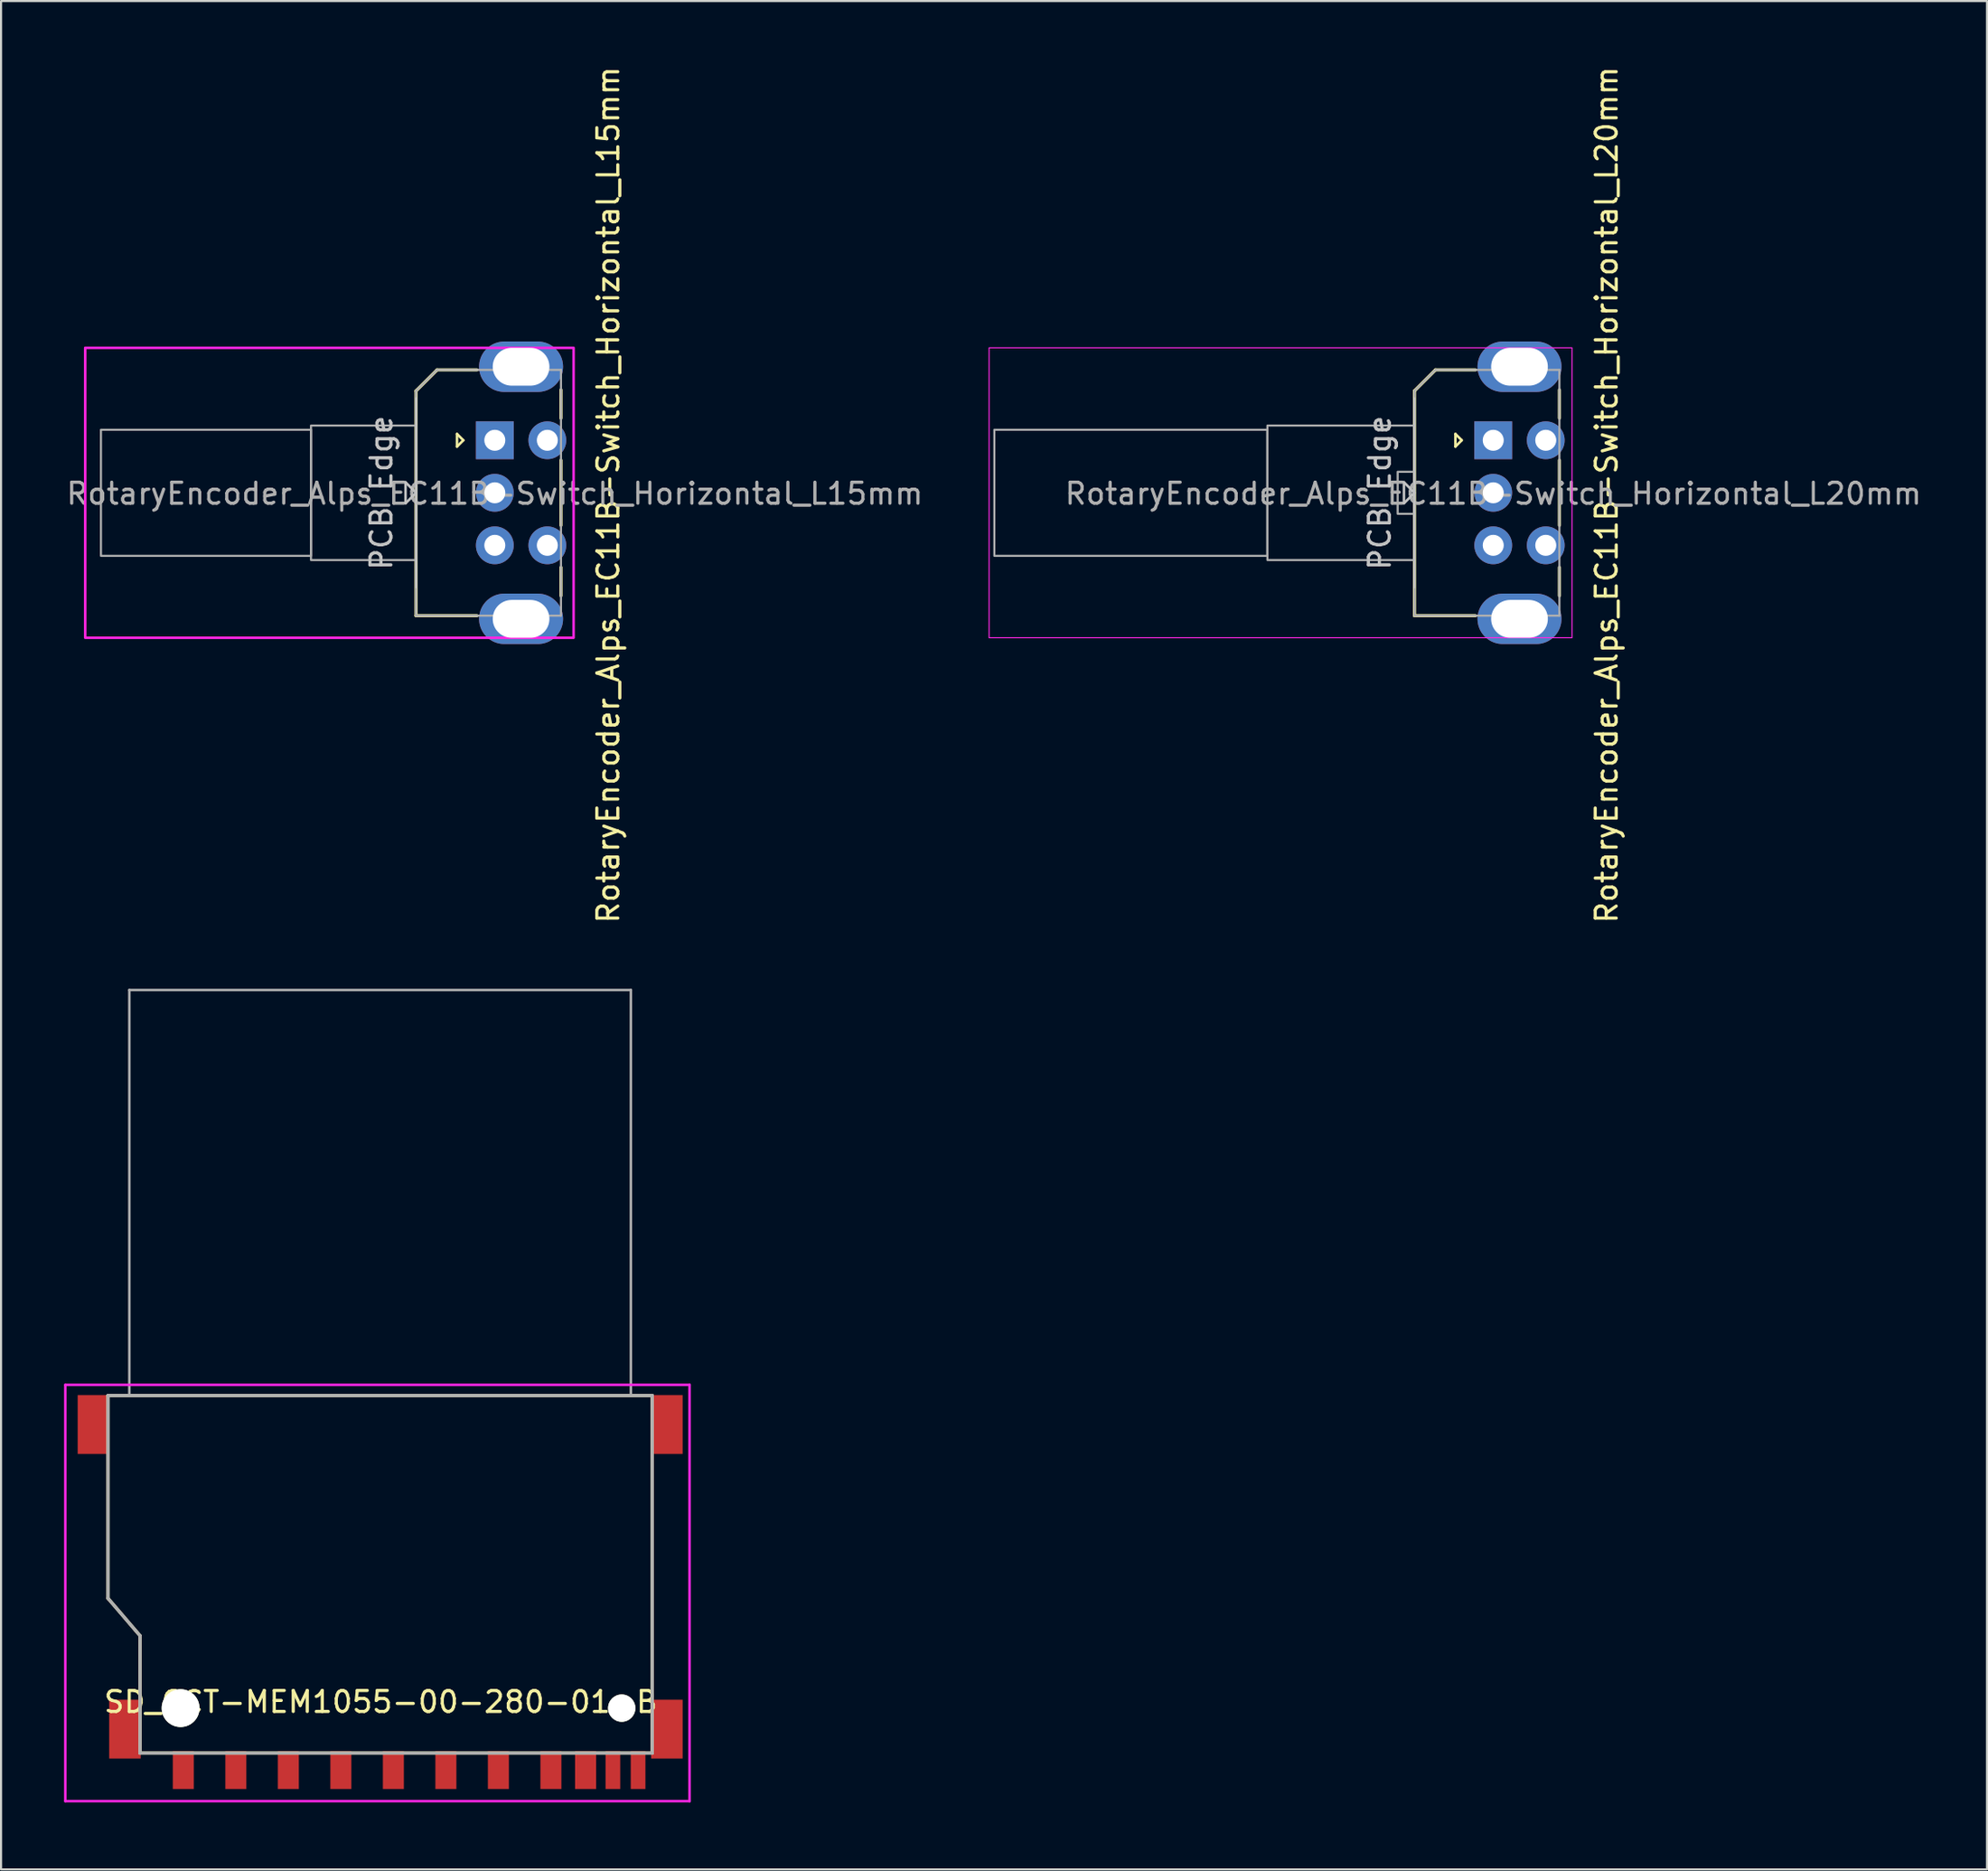
<source format=kicad_pcb>
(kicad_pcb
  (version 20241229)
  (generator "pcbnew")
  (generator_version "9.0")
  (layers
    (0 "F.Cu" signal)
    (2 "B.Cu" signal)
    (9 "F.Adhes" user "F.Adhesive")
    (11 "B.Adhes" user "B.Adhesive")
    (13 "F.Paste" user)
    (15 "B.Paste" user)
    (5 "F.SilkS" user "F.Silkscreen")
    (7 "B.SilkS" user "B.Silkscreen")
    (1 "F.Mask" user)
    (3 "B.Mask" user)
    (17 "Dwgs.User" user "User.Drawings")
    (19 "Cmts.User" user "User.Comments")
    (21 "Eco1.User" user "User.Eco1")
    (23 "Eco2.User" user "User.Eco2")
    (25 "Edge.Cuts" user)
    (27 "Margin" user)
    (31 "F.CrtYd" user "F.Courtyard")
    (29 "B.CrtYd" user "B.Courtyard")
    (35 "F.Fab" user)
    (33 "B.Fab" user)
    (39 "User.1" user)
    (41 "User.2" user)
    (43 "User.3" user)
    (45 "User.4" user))
  (footprint "SD_GCT-MEM1055-00-280-01-B"
    (layer "F.Cu")
    (at 15.046 82.68)
    (property "Reference" "SD_GCT-MEM1055-00-280-01-B" (at 0.031 -4.723 180) (layer "F.SilkS") (effects (font (size 1 1) (thickness 0.15))))
    (attr smd)
    (fp_line (start -12.954 -19.304) (end -12.954 -9.652) (stroke (width 0.15) (type solid)) (layer "F.SilkS"))
    (fp_line (start -12.954 -9.652) (end -11.43 -7.874) (stroke (width 0.15) (type solid)) (layer "F.SilkS"))
    (fp_line (start -11.43 -7.874) (end -11.43 -2.286) (stroke (width 0.15) (type solid)) (layer "F.SilkS"))
    (fp_line (start -11.43 -2.286) (end 12.954 -2.286) (stroke (width 0.15) (type solid)) (layer "F.SilkS"))
    (fp_line (start 12.954 -19.304) (end -12.954 -19.304) (stroke (width 0.15) (type solid)) (layer "F.SilkS"))
    (fp_line (start 12.954 -2.286) (end 12.954 -19.304) (stroke (width 0.15) (type solid)) (layer "F.SilkS"))
    (fp_line (start -14.986 -19.812) (end 14.732 -19.812) (stroke (width 0.12) (type solid)) (layer "F.CrtYd"))
    (fp_line (start -14.986 0) (end -14.986 -19.812) (stroke (width 0.12) (type solid)) (layer "F.CrtYd"))
    (fp_line (start 14.732 -19.812) (end 14.732 0) (stroke (width 0.12) (type solid)) (layer "F.CrtYd"))
    (fp_line (start 14.732 0) (end -14.986 0) (stroke (width 0.12) (type solid)) (layer "F.CrtYd"))
    (fp_line (start -12.954 -19.304) (end 12.954 -19.304) (stroke (width 0.15) (type solid)) (layer "F.Fab"))
    (fp_line (start -12.954 -9.652) (end -12.954 -19.304) (stroke (width 0.15) (type solid)) (layer "F.Fab"))
    (fp_line (start -11.938 -38.608) (end -11.938 -19.304) (stroke (width 0.12) (type solid)) (layer "F.Fab"))
    (fp_line (start -11.43 -7.874) (end -12.954 -9.652) (stroke (width 0.15) (type solid)) (layer "F.Fab"))
    (fp_line (start -11.43 -2.286) (end -11.43 -7.874) (stroke (width 0.15) (type solid)) (layer "F.Fab"))
    (fp_line (start 11.938 -38.608) (end -11.938 -38.608) (stroke (width 0.12) (type solid)) (layer "F.Fab"))
    (fp_line (start 11.938 -19.304) (end 11.938 -38.608) (stroke (width 0.12) (type solid)) (layer "F.Fab"))
    (fp_line (start 12.954 -19.304) (end 12.954 -2.286) (stroke (width 0.15) (type solid)) (layer "F.Fab"))
    (fp_line (start 12.954 -2.286) (end -11.43 -2.286) (stroke (width 0.15) (type solid)) (layer "F.Fab"))
    (pad "" np_thru_hole circle (at -9.499 -4.426 180) (size 1.8 1.8) (drill 1.8) (layers "*.Cu" "*.Mask" "F.SilkS"))
    (pad "" np_thru_hole circle (at 11.501 -4.426 180) (size 1.3 1.3) (drill 1.3) (layers "*.Cu" "*.Mask" "F.SilkS"))
    (pad "1" smd rect (at -6.869 -1.476 270) (size 1.8 1) (layers "F.Cu" "F.Mask" "F.Paste"))
    (pad "2" smd rect (at -4.369 -1.476 270) (size 1.8 1) (layers "F.Cu" "F.Mask" "F.Paste"))
    (pad "3" smd rect (at -1.869 -1.476 270) (size 1.8 1) (layers "F.Cu" "F.Mask" "F.Paste"))
    (pad "4" smd rect (at 0.631 -1.476 270) (size 1.8 1) (layers "F.Cu" "F.Mask" "F.Paste"))
    (pad "5" smd rect (at 3.131 -1.476 270) (size 1.8 1) (layers "F.Cu" "F.Mask" "F.Paste"))
    (pad "6" smd rect (at 5.631 -1.476 270) (size 1.8 1) (layers "F.Cu" "F.Mask" "F.Paste"))
    (pad "7" smd rect (at 8.131 -1.476 270) (size 1.8 1) (layers "F.Cu" "F.Mask" "F.Paste"))
    (pad "8" smd rect (at 9.781 -1.476 270) (size 1.8 1) (layers "F.Cu" "F.Mask" "F.Paste"))
    (pad "9" smd rect (at -9.369 -1.476 270) (size 1.8 1) (layers "F.Cu" "F.Mask" "F.Paste"))
    (pad "10" smd rect (at 11.081 -1.476 270) (size 1.8 0.7) (layers "F.Cu" "F.Mask" "F.Paste"))
    (pad "11" smd rect (at 12.281 -1.476 270) (size 1.8 0.7) (layers "F.Cu" "F.Mask" "F.Paste"))
    (pad "12" smd rect (at -13.649 -17.926 270) (size 2.8 1.5) (layers "F.Cu" "F.Mask" "F.Paste"))
    (pad "12" smd rect (at -12.149 -3.426 270) (size 2.8 1.5) (layers "F.Cu" "F.Mask" "F.Paste"))
    (pad "13" smd rect (at 13.651 -17.926 270) (size 2.8 1.5) (layers "F.Cu" "F.Mask" "F.Paste"))
    (pad "13" smd rect (at 13.651 -3.426 270) (size 2.8 1.5) (layers "F.Cu" "F.Mask" "F.Paste")))
  (footprint "RotaryEncoder_Alps_EC11B-Switch_Horizontal_L15mm"
    (layer "F.Cu")
    (at 20.506 17.906)
    (property "Reference" "RotaryEncoder_Alps_EC11B-Switch_Horizontal_L15mm" (at 5.4 2.6 90) (layer "F.SilkS") (effects (font (size 1 1) (thickness 0.15))))
    (attr through_hole)
    (fp_line (start -3.75 -2.35) (end -3.75 8.35) (stroke (width 0.15) (type default)) (layer "F.SilkS"))
    (fp_line (start -3.75 8.35) (end -0.85 8.35) (stroke (width 0.15) (type default)) (layer "F.SilkS"))
    (fp_line (start -2.75 -3.35) (end -3.75 -2.35) (stroke (width 0.15) (type default)) (layer "F.SilkS"))
    (fp_line (start -2.75 -3.35) (end -0.85 -3.35) (stroke (width 0.15) (type default)) (layer "F.SilkS"))
    (fp_line (start -1.8 -0.3) (end -1.5 0) (stroke (width 0.12) (type solid)) (layer "F.SilkS"))
    (fp_line (start -1.8 0.3) (end -1.8 -0.3) (stroke (width 0.12) (type solid)) (layer "F.SilkS"))
    (fp_line (start -1.5 0) (end -1.8 0.3) (stroke (width 0.12) (type solid)) (layer "F.SilkS"))
    (fp_line (start 3.15 -2.4) (end 3.15 -1.05) (stroke (width 0.15) (type default)) (layer "F.SilkS"))
    (fp_line (start 3.15 0.95) (end 3.15 4.05) (stroke (width 0.15) (type default)) (layer "F.SilkS"))
    (fp_line (start 3.15 6.05) (end 3.15 7.4) (stroke (width 0.15) (type default)) (layer "F.SilkS"))
    (fp_line (start -4.25 2) (end -4.25 3) (stroke (width 0.12) (type solid)) (layer "Dwgs.User"))
    (fp_line (start -4.25 2) (end -3.75 2.5) (stroke (width 0.12) (type solid)) (layer "Dwgs.User"))
    (fp_line (start -3.75 2.5) (end -4.25 3) (stroke (width 0.12) (type solid)) (layer "Dwgs.User"))
    (fp_line (start -3.75 7) (end -3.75 -2) (stroke (width 0.1) (type solid)) (layer "Dwgs.User"))
    (fp_rect (start -19.5 -4.4) (end 3.75 9.4) (stroke (width 0.12) (type default)) (fill no) (layer "F.CrtYd"))
    (fp_line (start -3.75 -2.35) (end -3.75 8.35) (stroke (width 0.1) (type solid)) (layer "F.Fab"))
    (fp_line (start -3.75 -2.35) (end -2.75 -3.35) (stroke (width 0.1) (type solid)) (layer "F.Fab"))
    (fp_line (start -3.75 8.35) (end 3.15 8.35) (stroke (width 0.1) (type solid)) (layer "F.Fab"))
    (fp_line (start -2.75 -3.35) (end 3.15 -3.35) (stroke (width 0.1) (type solid)) (layer "F.Fab"))
    (fp_line (start 3.15 -3.35) (end 3.15 8.35) (stroke (width 0.1) (type solid)) (layer "F.Fab"))
    (fp_rect (start -18.75 -0.5) (end -8.75 5.5) (stroke (width 0.1) (type default)) (fill no) (layer "F.Fab"))
    (fp_rect (start -8.75 -0.7) (end -3.75 5.7) (stroke (width 0.1) (type default)) (fill no) (layer "F.Fab"))
    (fp_text user "PCB Edge" (at -5.4 2.5 90) (layer "Dwgs.User") (effects (font (size 1 1) (thickness 0.15))))
    (fp_text user "${REFERENCE}" (at 0 2.54 0) (layer "F.Fab") (effects (font (size 1 1) (thickness 0.15))))
    (pad "A" thru_hole rect (at 0 0) (size 1.8 1.8) (drill 1) (layers "*.Cu" "*.Mask"))
    (pad "B" thru_hole circle (at 0 5) (size 1.8 1.8) (drill 1) (layers "*.Cu" "*.Mask"))
    (pad "C" thru_hole circle (at 0 2.5) (size 1.8 1.8) (drill 1) (layers "*.Cu" "*.Mask"))
    (pad "MP" thru_hole oval (at 1.25 -3.5) (size 4 2.4) (drill oval 2.7 1.8) (layers "*.Cu" "*.Mask"))
    (pad "MP" thru_hole oval (at 1.25 8.5) (size 4 2.4) (drill oval 2.7 1.8) (layers "*.Cu" "*.Mask"))
    (pad "S1" thru_hole circle (at 2.5 5) (size 1.8 1.8) (drill 1) (layers "*.Cu" "*.Mask"))
    (pad "S2" thru_hole circle (at 2.5 0) (size 1.8 1.8) (drill 1) (layers "*.Cu" "*.Mask")))
  (footprint "RotaryEncoder_Alps_EC11B-Switch_Horizontal_L20mm"
    (layer "F.Cu")
    (at 68.037 17.906)
    (property "Reference" "RotaryEncoder_Alps_EC11B-Switch_Horizontal_L20mm" (at 5.4 2.6 90) (layer "F.SilkS") (effects (font (size 1 1) (thickness 0.15))))
    (attr through_hole)
    (fp_line (start -3.75 -2.35) (end -3.75 8.35) (stroke (width 0.15) (type default)) (layer "F.SilkS"))
    (fp_line (start -3.75 8.35) (end -0.85 8.35) (stroke (width 0.15) (type default)) (layer "F.SilkS"))
    (fp_line (start -2.75 -3.35) (end -3.75 -2.35) (stroke (width 0.15) (type default)) (layer "F.SilkS"))
    (fp_line (start -2.75 -3.35) (end -0.85 -3.35) (stroke (width 0.15) (type default)) (layer "F.SilkS"))
    (fp_line (start -1.8 -0.3) (end -1.5 0) (stroke (width 0.12) (type solid)) (layer "F.SilkS"))
    (fp_line (start -1.8 0.3) (end -1.8 -0.3) (stroke (width 0.12) (type solid)) (layer "F.SilkS"))
    (fp_line (start -1.5 0) (end -1.8 0.3) (stroke (width 0.12) (type solid)) (layer "F.SilkS"))
    (fp_line (start 3.15 -2.4) (end 3.15 -1.05) (stroke (width 0.15) (type default)) (layer "F.SilkS"))
    (fp_line (start 3.15 0.95) (end 3.15 4.05) (stroke (width 0.15) (type default)) (layer "F.SilkS"))
    (fp_line (start 3.15 6.05) (end 3.15 7.4) (stroke (width 0.15) (type default)) (layer "F.SilkS"))
    (fp_line (start -4.25 2) (end -4.25 3) (stroke (width 0.12) (type solid)) (layer "Dwgs.User"))
    (fp_line (start -4.25 2) (end -3.75 2.5) (stroke (width 0.12) (type solid)) (layer "Dwgs.User"))
    (fp_line (start -3.75 2.5) (end -4.25 3) (stroke (width 0.12) (type solid)) (layer "Dwgs.User"))
    (fp_line (start -3.75 7) (end -3.75 -2) (stroke (width 0.1) (type solid)) (layer "Dwgs.User"))
    (fp_rect (start -24 -4.4) (end 3.75 9.4) (stroke (width 0.05) (type default)) (fill no) (layer "F.CrtYd"))
    (fp_line (start -3.75 -2.35) (end -3.75 8.35) (stroke (width 0.1) (type solid)) (layer "F.Fab"))
    (fp_line (start -3.75 -2.35) (end -2.75 -3.35) (stroke (width 0.1) (type solid)) (layer "F.Fab"))
    (fp_line (start -3.75 8.35) (end 3.15 8.35) (stroke (width 0.1) (type solid)) (layer "F.Fab"))
    (fp_line (start -2.75 -3.35) (end 3.15 -3.35) (stroke (width 0.1) (type solid)) (layer "F.Fab"))
    (fp_line (start 3.15 -3.35) (end 3.15 8.35) (stroke (width 0.1) (type solid)) (layer "F.Fab"))
    (fp_rect (start -23.75 -0.5) (end -10.75 5.5) (stroke (width 0.1) (type default)) (fill no) (layer "F.Fab"))
    (fp_rect (start -10.75 -0.7) (end -3.75 5.7) (stroke (width 0.1) (type default)) (fill no) (layer "F.Fab"))
    (fp_rect (start -4.55 1.5) (end -3.75 3.5) (stroke (width 0.1) (type default)) (fill no) (layer "F.Fab"))
    (fp_text user "PCB Edge" (at -5.4 2.5 90) (layer "Dwgs.User") (effects (font (size 1 1) (thickness 0.15))))
    (fp_text user "${REFERENCE}" (at 0 2.54 0) (layer "F.Fab") (effects (font (size 1 1) (thickness 0.15))))
    (pad "A" thru_hole rect (at 0 0) (size 1.8 1.8) (drill 1) (layers "*.Cu" "*.Mask"))
    (pad "B" thru_hole circle (at 0 5) (size 1.8 1.8) (drill 1) (layers "*.Cu" "*.Mask"))
    (pad "C" thru_hole circle (at 0 2.5) (size 1.8 1.8) (drill 1) (layers "*.Cu" "*.Mask"))
    (pad "MP" thru_hole oval (at 1.25 -3.5) (size 4 2.4) (drill oval 2.7 1.8) (layers "*.Cu" "*.Mask"))
    (pad "MP" thru_hole oval (at 1.25 8.5) (size 4 2.4) (drill oval 2.7 1.8) (layers "*.Cu" "*.Mask"))
    (pad "S1" thru_hole circle (at 2.5 5) (size 1.8 1.8) (drill 1) (layers "*.Cu" "*.Mask"))
    (pad "S2" thru_hole circle (at 2.5 0) (size 1.8 1.8) (drill 1) (layers "*.Cu" "*.Mask")))
  (gr_rect
    (start -3 -3)
    (end 91.543 85.93)
    (stroke (width 0.1) (type default))
    (fill no)
    (layer "Edge.Cuts")))
</source>
